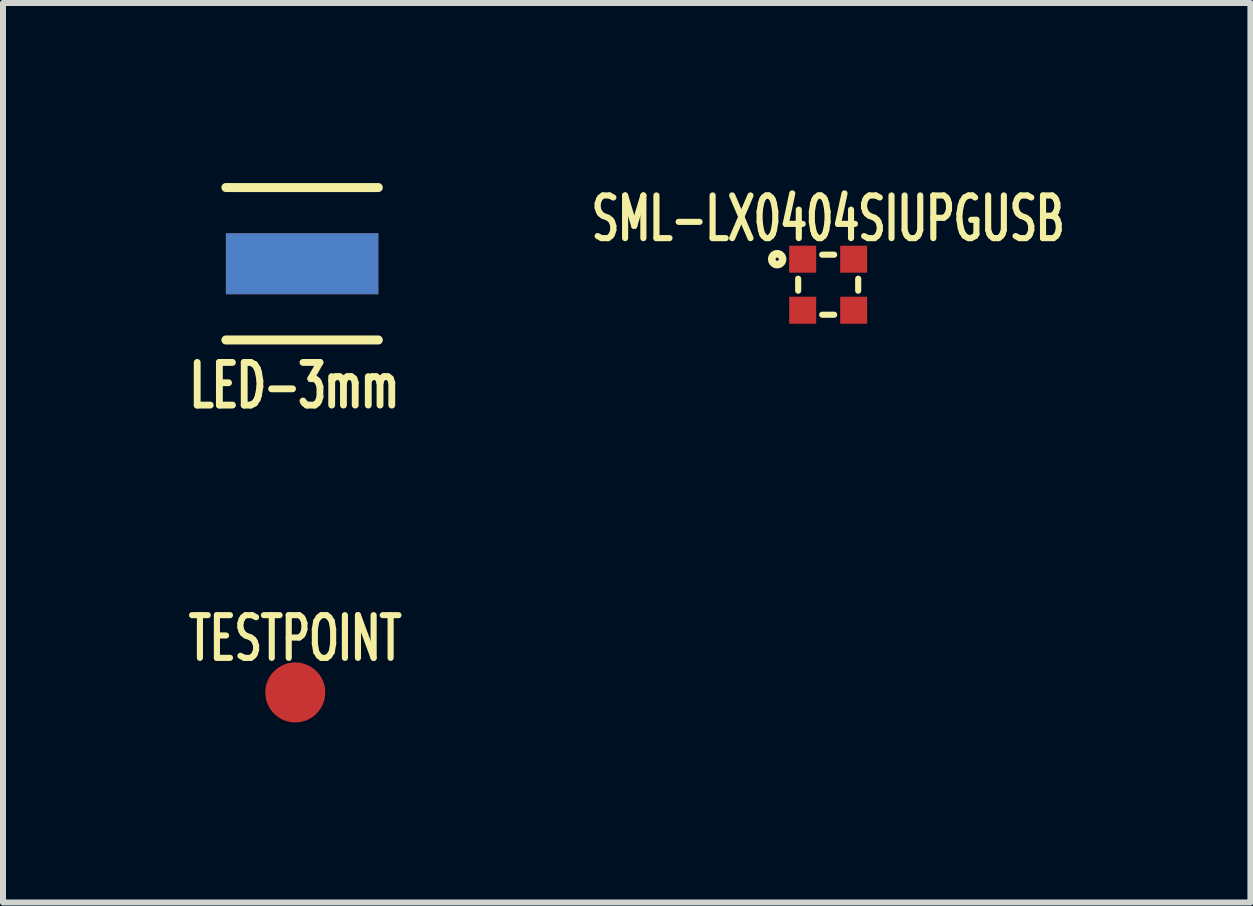
<source format=kicad_pcb>
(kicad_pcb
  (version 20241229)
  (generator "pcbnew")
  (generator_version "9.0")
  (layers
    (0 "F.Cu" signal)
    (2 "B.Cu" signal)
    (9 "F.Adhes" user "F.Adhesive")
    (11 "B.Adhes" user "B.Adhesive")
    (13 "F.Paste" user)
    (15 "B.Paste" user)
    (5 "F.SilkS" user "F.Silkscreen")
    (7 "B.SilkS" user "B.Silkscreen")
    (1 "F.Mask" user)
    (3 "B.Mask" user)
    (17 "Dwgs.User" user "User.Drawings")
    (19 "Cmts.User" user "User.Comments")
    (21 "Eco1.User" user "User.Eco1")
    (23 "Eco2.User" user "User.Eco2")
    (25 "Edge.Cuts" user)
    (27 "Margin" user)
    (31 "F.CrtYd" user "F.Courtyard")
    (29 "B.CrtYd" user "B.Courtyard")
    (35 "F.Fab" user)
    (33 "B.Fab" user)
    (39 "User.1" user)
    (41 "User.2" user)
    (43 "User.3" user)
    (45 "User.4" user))
  (footprint "TESTPOINT"
    (layer "F.Cu")
    (at 1.87 8.488)
    (property "Reference" "TESTPOINT" (at 0 -0.9 0) (layer "F.SilkS") (effects (font (size 0.711 0.457) (thickness 0.102))))
    (attr through_hole)
    (pad "1" smd circle (at 0 0) (size 1 1) (layers "F.Cu" "F.Mask")))
  (footprint "LED-3mm"
    (layer "F.Cu")
    (at 0.714 1.345)
    (property "Reference" "LED-3mm" (at 1.143 2.032 180) (layer "F.SilkS") (effects (font (size 0.711 0.457) (thickness 0.114))))
    (attr through_hole)
    (fp_line (start 0 -1.27) (end 2.54 -1.27) (stroke (width 0.15) (type solid)) (layer "F.SilkS"))
    (fp_line (start 0 1.27) (end 2.54 1.27) (stroke (width 0.15) (type solid)) (layer "F.SilkS"))
    (pad "1" smd rect (at 1.27 0) (size 2.54 1.016) (layers "F.Cu" "F.Mask" "F.Paste"))
    (pad "2" smd rect (at 1.27 0) (size 2.54 1.016) (layers "B.Cu" "B.Mask" "B.Paste")))
  (footprint "SML-LX0404SIUPGUSB"
    (layer "F.Cu")
    (at 10.75 1.694)
    (property "Reference" "SML-LX0404SIUPGUSB" (at 0 -1.1 0) (layer "F.SilkS") (effects (font (size 0.711 0.457) (thickness 0.102))))
    (attr through_hole)
    (fp_line (start -0.5 -0.1) (end -0.5 0.1) (stroke (width 0.102) (type solid)) (layer "F.SilkS"))
    (fp_line (start -0.1 -0.5) (end 0.1 -0.5) (stroke (width 0.102) (type solid)) (layer "F.SilkS"))
    (fp_line (start -0.1 0.5) (end 0.1 0.5) (stroke (width 0.102) (type solid)) (layer "F.SilkS"))
    (fp_line (start 0.5 -0.1) (end 0.5 0.1) (stroke (width 0.102) (type solid)) (layer "F.SilkS"))
    (fp_circle (center -0.85 -0.425) (end -0.8 -0.35) (stroke (width 0.127) (type solid)) (fill no) (layer "F.SilkS"))
    (pad "1" smd rect (at -0.425 -0.425) (size 0.45 0.45) (layers "F.Cu" "F.Mask" "F.Paste"))
    (pad "2" smd rect (at -0.425 0.425) (size 0.45 0.45) (layers "F.Cu" "F.Mask" "F.Paste"))
    (pad "3" smd rect (at 0.425 0.425) (size 0.45 0.45) (layers "F.Cu" "F.Mask" "F.Paste"))
    (pad "4" smd rect (at 0.425 -0.425) (size 0.45 0.45) (layers "F.Cu" "F.Mask" "F.Paste")))
  (gr_rect
    (start -3 -3)
    (end 17.786 11.988)
    (stroke (width 0.1) (type default))
    (fill no)
    (layer "Edge.Cuts")))
</source>
